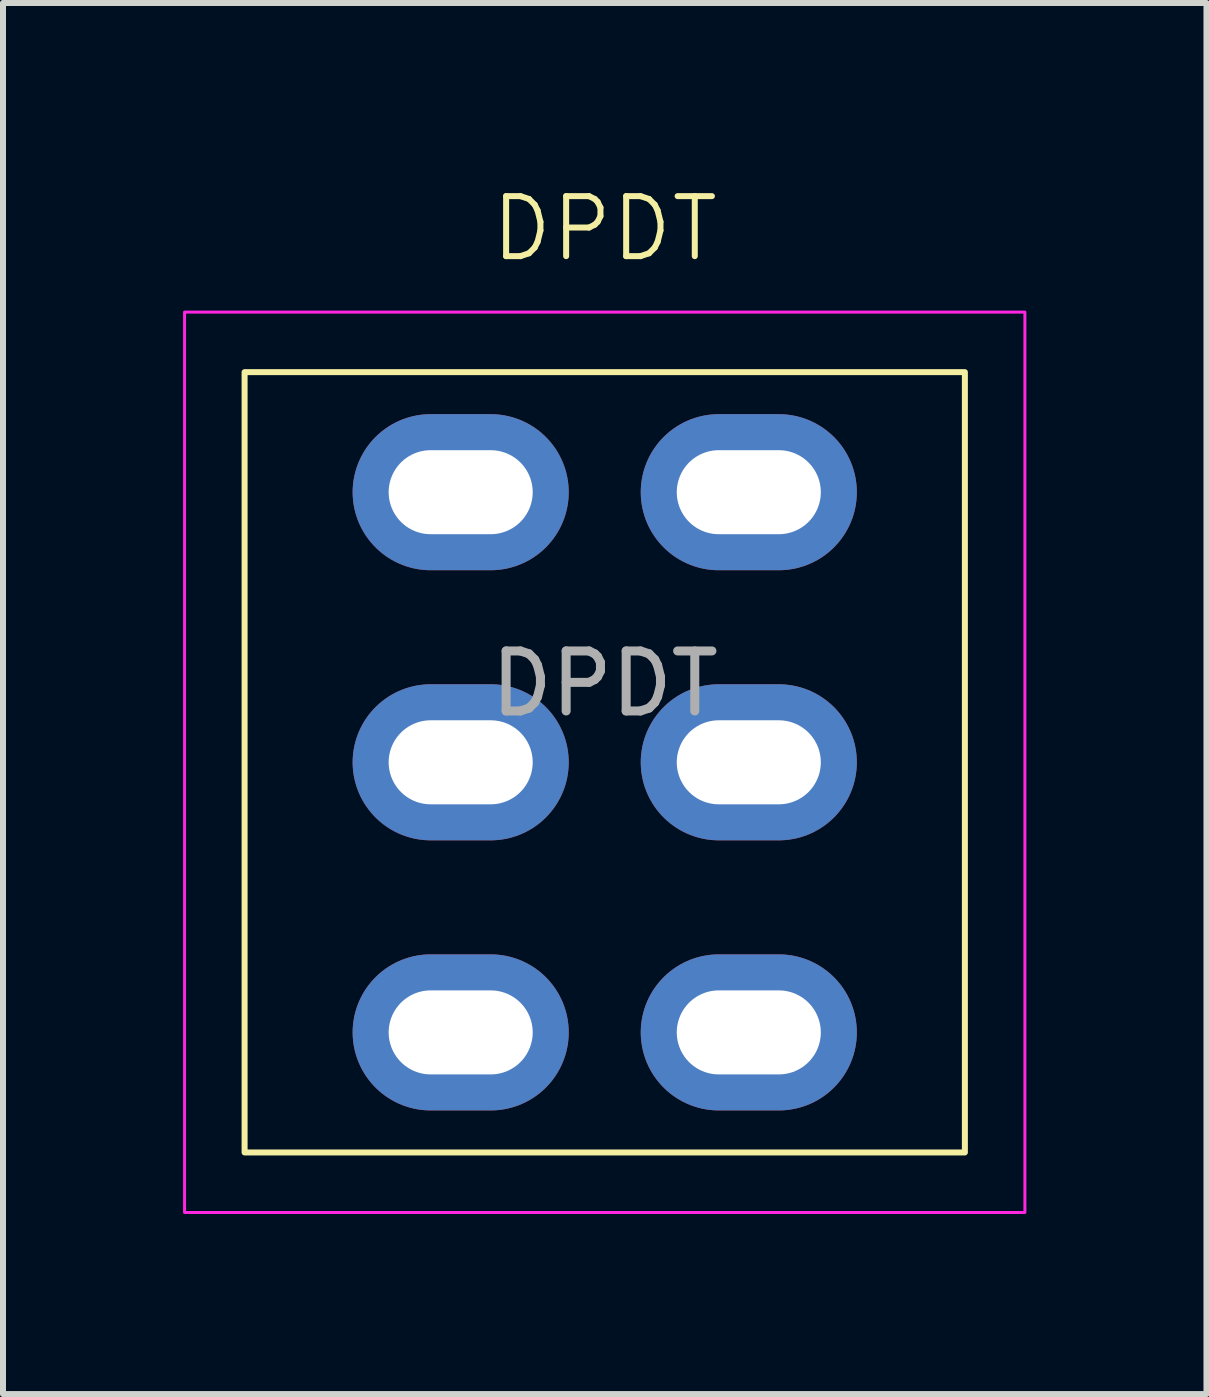
<source format=kicad_pcb>
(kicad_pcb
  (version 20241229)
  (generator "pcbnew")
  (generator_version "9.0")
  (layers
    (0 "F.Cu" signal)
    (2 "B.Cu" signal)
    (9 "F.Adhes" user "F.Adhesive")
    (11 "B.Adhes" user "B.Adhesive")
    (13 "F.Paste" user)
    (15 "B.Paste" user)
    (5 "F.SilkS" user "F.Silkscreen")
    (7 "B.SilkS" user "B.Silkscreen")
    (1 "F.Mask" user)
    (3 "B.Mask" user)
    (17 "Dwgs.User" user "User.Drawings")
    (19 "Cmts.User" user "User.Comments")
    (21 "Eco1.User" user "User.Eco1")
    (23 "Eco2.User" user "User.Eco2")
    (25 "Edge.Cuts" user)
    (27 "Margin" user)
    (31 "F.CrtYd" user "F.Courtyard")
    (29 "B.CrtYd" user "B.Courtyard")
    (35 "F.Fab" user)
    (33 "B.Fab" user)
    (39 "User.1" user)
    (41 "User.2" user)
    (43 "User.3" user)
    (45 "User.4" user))
  (footprint "DPDT"
    (layer "F.Cu")
    (at 7.025 9.65)
    (property "Reference" "DPDT" (at 0 -8.89 0) (unlocked yes) (layer "F.SilkS") (effects (font (size 1 1) (thickness 0.1))))
    (attr through_hole)
    (fp_rect (start -6 -6.5) (end 6 6.5) (stroke (width 0.1) (type default)) (fill no) (layer "F.SilkS"))
    (fp_rect (start -7 -7.5) (end 7 7.5) (stroke (width 0.05) (type default)) (fill no) (layer "F.CrtYd"))
    (fp_text user "${REFERENCE}" (at 0 -1.31 0) (unlocked yes) (layer "F.Fab") (effects (font (size 1 1) (thickness 0.15))))
    (pad "1" thru_hole oval (at -2.4 -4.5) (size 3.6 2.6) (drill oval 2.4 1.4) (layers "*.Cu" "*.Mask"))
    (pad "2" thru_hole oval (at -2.4 0) (size 3.6 2.6) (drill oval 2.4 1.4) (layers "*.Cu" "*.Mask"))
    (pad "3" thru_hole oval (at -2.4 4.5) (size 3.6 2.6) (drill oval 2.4 1.4) (layers "*.Cu" "*.Mask"))
    (pad "4" thru_hole oval (at 2.4 -4.5) (size 3.6 2.6) (drill oval 2.4 1.4) (layers "*.Cu" "*.Mask"))
    (pad "5" thru_hole oval (at 2.4 0) (size 3.6 2.6) (drill oval 2.4 1.4) (layers "*.Cu" "*.Mask"))
    (pad "6" thru_hole oval (at 2.4 4.5) (size 3.6 2.6) (drill oval 2.4 1.4) (layers "*.Cu" "*.Mask")))
  (gr_rect
    (start -3 -3)
    (end 17.05 20.175)
    (stroke (width 0.1) (type default))
    (fill no)
    (layer "Edge.Cuts")))
</source>
